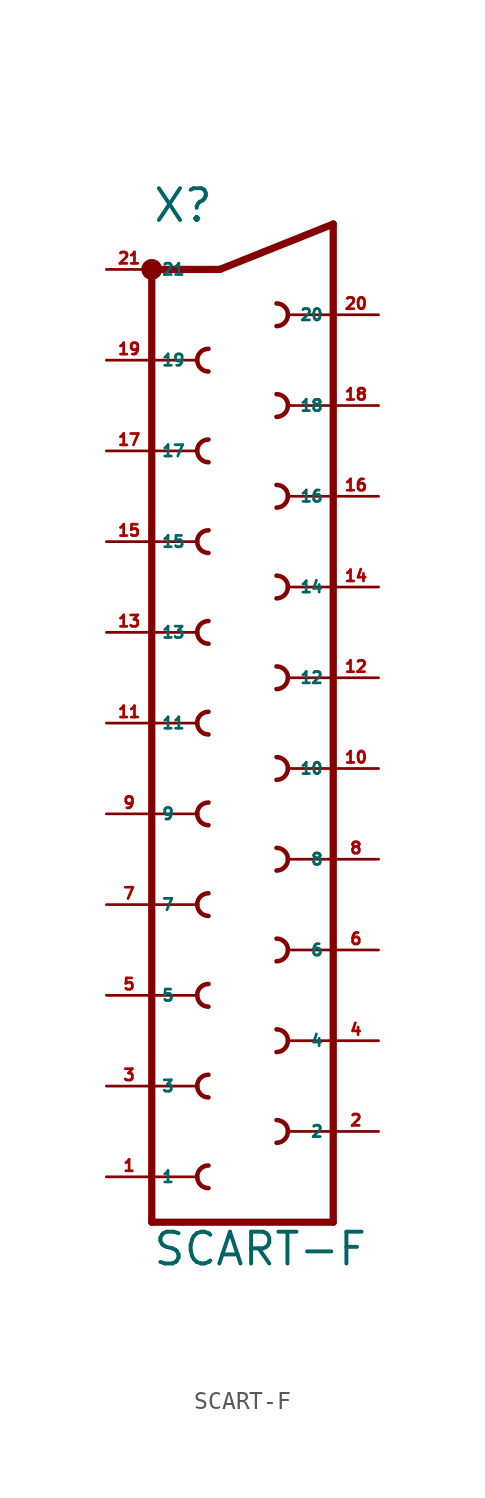
<source format=kicad_sym>
(kicad_symbol_lib
  (version 20220914)
  (generator Eagle2Kicad)
  (symbol "SCART-F"
    (property "Reference" "X"
      (at -5.08 27.94 0)
      (effects (font (size 1.778 1.778) (thickness 0.22)) (justify left bottom)))
    (property "Value" "SCART-F"
      (at -5.08 -30.48 0)
      (effects (font (size 1.778 1.778) (thickness 0.22)) (justify left bottom)))
    (arc
      (start -2.54 -25.4)
      (mid -2.354 -25.849)
      (end -1.905 -26.035)
      (stroke (width 0.254) (type default))
      (fill (type none)))
    (arc
      (start -1.905 -24.765)
      (mid -2.354 -24.951)
      (end -2.54 -25.4)
      (stroke (width 0.254) (type default))
      (fill (type none)))
    (arc
      (start 2.54 -17.78)
      (mid 2.354 -17.331)
      (end 1.905 -17.145)
      (stroke (width 0.254) (type default))
      (fill (type none)))
    (arc
      (start 1.905 -18.415)
      (mid 2.354 -18.229)
      (end 2.54 -17.78)
      (stroke (width 0.254) (type default))
      (fill (type none)))
    (arc
      (start 2.54 -22.86)
      (mid 2.354 -22.411)
      (end 1.905 -22.225)
      (stroke (width 0.254) (type default))
      (fill (type none)))
    (arc
      (start 1.905 -23.495)
      (mid 2.354 -23.309)
      (end 2.54 -22.86)
      (stroke (width 0.254) (type default))
      (fill (type none)))
    (arc
      (start -2.54 -15.24)
      (mid -2.354 -15.689)
      (end -1.905 -15.875)
      (stroke (width 0.254) (type default))
      (fill (type none)))
    (arc
      (start -1.905 -14.605)
      (mid -2.354 -14.791)
      (end -2.54 -15.24)
      (stroke (width 0.254) (type default))
      (fill (type none)))
    (polyline
      (pts (xy -5.08 -27.94) (xy 5.08 -27.94))
      (stroke (width 0.406) (type default))
      (fill (type none)))
    (polyline
      (pts (xy -5.08 -27.94) (xy -5.08 -25.4))
      (stroke (width 0.406) (type default))
      (fill (type none)))
    (polyline
      (pts (xy -5.08 -25.4) (xy -5.08 -20.32))
      (stroke (width 0.406) (type default))
      (fill (type none)))
    (polyline
      (pts (xy -5.08 -20.32) (xy -5.08 -15.24))
      (stroke (width 0.406) (type default))
      (fill (type none)))
    (polyline
      (pts (xy -5.08 -15.24) (xy -5.08 -10.16))
      (stroke (width 0.406) (type default))
      (fill (type none)))
    (polyline
      (pts (xy -5.08 -10.16) (xy -5.08 -5.08))
      (stroke (width 0.406) (type default))
      (fill (type none)))
    (polyline
      (pts (xy -5.08 -5.08) (xy -5.08 0))
      (stroke (width 0.406) (type default))
      (fill (type none)))
    (polyline
      (pts (xy -5.08 0) (xy -5.08 5.08))
      (stroke (width 0.406) (type default))
      (fill (type none)))
    (polyline
      (pts (xy -5.08 5.08) (xy -5.08 10.16))
      (stroke (width 0.406) (type default))
      (fill (type none)))
    (polyline
      (pts (xy -5.08 10.16) (xy -5.08 15.24))
      (stroke (width 0.406) (type default))
      (fill (type none)))
    (polyline
      (pts (xy -5.08 15.24) (xy -5.08 20.32))
      (stroke (width 0.406) (type default))
      (fill (type none)))
    (polyline
      (pts (xy -5.08 20.32) (xy -5.08 25.4))
      (stroke (width 0.406) (type default))
      (fill (type none)))
    (polyline
      (pts (xy -5.08 25.4) (xy -1.27 25.4))
      (stroke (width 0.406) (type default))
      (fill (type none)))
    (polyline
      (pts (xy -1.27 25.4) (xy 5.08 27.94))
      (stroke (width 0.406) (type default))
      (fill (type none)))
    (polyline
      (pts (xy 5.08 -27.94) (xy 5.08 -22.86))
      (stroke (width 0.406) (type default))
      (fill (type none)))
    (polyline
      (pts (xy 5.08 -22.86) (xy 5.08 -17.78))
      (stroke (width 0.406) (type default))
      (fill (type none)))
    (polyline
      (pts (xy 5.08 -17.78) (xy 5.08 -12.7))
      (stroke (width 0.406) (type default))
      (fill (type none)))
    (polyline
      (pts (xy 5.08 -12.7) (xy 5.08 -7.62))
      (stroke (width 0.406) (type default))
      (fill (type none)))
    (polyline
      (pts (xy 5.08 -7.62) (xy 5.08 -2.54))
      (stroke (width 0.406) (type default))
      (fill (type none)))
    (polyline
      (pts (xy 5.08 -2.54) (xy 5.08 2.54))
      (stroke (width 0.406) (type default))
      (fill (type none)))
    (polyline
      (pts (xy 5.08 2.54) (xy 5.08 7.62))
      (stroke (width 0.406) (type default))
      (fill (type none)))
    (polyline
      (pts (xy 5.08 7.62) (xy 5.08 12.7))
      (stroke (width 0.406) (type default))
      (fill (type none)))
    (polyline
      (pts (xy 5.08 12.7) (xy 5.08 17.78))
      (stroke (width 0.406) (type default))
      (fill (type none)))
    (polyline
      (pts (xy 5.08 17.78) (xy 5.08 22.86))
      (stroke (width 0.406) (type default))
      (fill (type none)))
    (polyline
      (pts (xy 5.08 22.86) (xy 5.08 27.94))
      (stroke (width 0.406) (type default))
      (fill (type none)))
    (arc
      (start -2.54 -20.32)
      (mid -2.354 -20.769)
      (end -1.905 -20.955)
      (stroke (width 0.254) (type default))
      (fill (type none)))
    (arc
      (start -1.905 -19.685)
      (mid -2.354 -19.871)
      (end -2.54 -20.32)
      (stroke (width 0.254) (type default))
      (fill (type none)))
    (arc
      (start 2.54 -12.7)
      (mid 2.354 -12.251)
      (end 1.905 -12.065)
      (stroke (width 0.254) (type default))
      (fill (type none)))
    (arc
      (start 1.905 -13.335)
      (mid 2.354 -13.149)
      (end 2.54 -12.7)
      (stroke (width 0.254) (type default))
      (fill (type none)))
    (arc
      (start -2.54 -10.16)
      (mid -2.354 -10.609)
      (end -1.905 -10.795)
      (stroke (width 0.254) (type default))
      (fill (type none)))
    (arc
      (start -1.905 -9.525)
      (mid -2.354 -9.711)
      (end -2.54 -10.16)
      (stroke (width 0.254) (type default))
      (fill (type none)))
    (arc
      (start 2.54 -7.62)
      (mid 2.354 -7.171)
      (end 1.905 -6.985)
      (stroke (width 0.254) (type default))
      (fill (type none)))
    (arc
      (start 1.905 -8.255)
      (mid 2.354 -8.069)
      (end 2.54 -7.62)
      (stroke (width 0.254) (type default))
      (fill (type none)))
    (arc
      (start -2.54 -5.08)
      (mid -2.354 -5.529)
      (end -1.905 -5.715)
      (stroke (width 0.254) (type default))
      (fill (type none)))
    (arc
      (start -1.905 -4.445)
      (mid -2.354 -4.631)
      (end -2.54 -5.08)
      (stroke (width 0.254) (type default))
      (fill (type none)))
    (arc
      (start 2.54 -2.54)
      (mid 2.354 -2.091)
      (end 1.905 -1.905)
      (stroke (width 0.254) (type default))
      (fill (type none)))
    (arc
      (start 1.905 -3.175)
      (mid 2.354 -2.989)
      (end 2.54 -2.54)
      (stroke (width 0.254) (type default))
      (fill (type none)))
    (arc
      (start -2.54 0)
      (mid -2.354 -0.449)
      (end -1.905 -0.635)
      (stroke (width 0.254) (type default))
      (fill (type none)))
    (arc
      (start -1.905 0.635)
      (mid -2.354 0.449)
      (end -2.54 0)
      (stroke (width 0.254) (type default))
      (fill (type none)))
    (arc
      (start 2.54 2.54)
      (mid 2.354 2.989)
      (end 1.905 3.175)
      (stroke (width 0.254) (type default))
      (fill (type none)))
    (arc
      (start 1.905 1.905)
      (mid 2.354 2.091)
      (end 2.54 2.54)
      (stroke (width 0.254) (type default))
      (fill (type none)))
    (arc
      (start -2.54 5.08)
      (mid -2.354 4.631)
      (end -1.905 4.445)
      (stroke (width 0.254) (type default))
      (fill (type none)))
    (arc
      (start -1.905 5.715)
      (mid -2.354 5.529)
      (end -2.54 5.08)
      (stroke (width 0.254) (type default))
      (fill (type none)))
    (arc
      (start 2.54 7.62)
      (mid 2.354 8.069)
      (end 1.905 8.255)
      (stroke (width 0.254) (type default))
      (fill (type none)))
    (arc
      (start 1.905 6.985)
      (mid 2.354 7.171)
      (end 2.54 7.62)
      (stroke (width 0.254) (type default))
      (fill (type none)))
    (arc
      (start -2.54 10.16)
      (mid -2.354 9.711)
      (end -1.905 9.525)
      (stroke (width 0.254) (type default))
      (fill (type none)))
    (arc
      (start -1.905 10.795)
      (mid -2.354 10.609)
      (end -2.54 10.16)
      (stroke (width 0.254) (type default))
      (fill (type none)))
    (arc
      (start 2.54 12.7)
      (mid 2.354 13.149)
      (end 1.905 13.335)
      (stroke (width 0.254) (type default))
      (fill (type none)))
    (arc
      (start 1.905 12.065)
      (mid 2.354 12.251)
      (end 2.54 12.7)
      (stroke (width 0.254) (type default))
      (fill (type none)))
    (arc
      (start -2.54 15.24)
      (mid -2.354 14.791)
      (end -1.905 14.605)
      (stroke (width 0.254) (type default))
      (fill (type none)))
    (arc
      (start -1.905 15.875)
      (mid -2.354 15.689)
      (end -2.54 15.24)
      (stroke (width 0.254) (type default))
      (fill (type none)))
    (arc
      (start 2.54 17.78)
      (mid 2.354 18.229)
      (end 1.905 18.415)
      (stroke (width 0.254) (type default))
      (fill (type none)))
    (arc
      (start 1.905 17.145)
      (mid 2.354 17.331)
      (end 2.54 17.78)
      (stroke (width 0.254) (type default))
      (fill (type none)))
    (arc
      (start -2.54 20.32)
      (mid -2.354 19.871)
      (end -1.905 19.685)
      (stroke (width 0.254) (type default))
      (fill (type none)))
    (arc
      (start -1.905 20.955)
      (mid -2.354 20.769)
      (end -2.54 20.32)
      (stroke (width 0.254) (type default))
      (fill (type none)))
    (arc
      (start 2.54 22.86)
      (mid 2.354 23.309)
      (end 1.905 23.495)
      (stroke (width 0.254) (type default))
      (fill (type none)))
    (arc
      (start 1.905 22.225)
      (mid 2.354 22.411)
      (end 2.54 22.86)
      (stroke (width 0.254) (type default))
      (fill (type none)))
    (polyline
      (pts (xy -5.08 -25.4) (xy -2.54 -25.4))
      (stroke (width 0.152) (type default))
      (fill (type none)))
    (polyline
      (pts (xy 2.54 -22.86) (xy 5.08 -22.86))
      (stroke (width 0.152) (type default))
      (fill (type none)))
    (polyline
      (pts (xy -5.08 -20.32) (xy -2.54 -20.32))
      (stroke (width 0.152) (type default))
      (fill (type none)))
    (polyline
      (pts (xy -5.08 -15.24) (xy -2.54 -15.24))
      (stroke (width 0.152) (type default))
      (fill (type none)))
    (polyline
      (pts (xy -5.08 -10.16) (xy -2.54 -10.16))
      (stroke (width 0.152) (type default))
      (fill (type none)))
    (polyline
      (pts (xy 2.54 -17.78) (xy 5.08 -17.78))
      (stroke (width 0.152) (type default))
      (fill (type none)))
    (polyline
      (pts (xy 2.54 -12.7) (xy 5.08 -12.7))
      (stroke (width 0.152) (type default))
      (fill (type none)))
    (polyline
      (pts (xy 2.54 -7.62) (xy 5.08 -7.62))
      (stroke (width 0.152) (type default))
      (fill (type none)))
    (polyline
      (pts (xy 2.54 -2.54) (xy 5.08 -2.54))
      (stroke (width 0.152) (type default))
      (fill (type none)))
    (polyline
      (pts (xy -5.08 -5.08) (xy -2.54 -5.08))
      (stroke (width 0.152) (type default))
      (fill (type none)))
    (polyline
      (pts (xy -5.08 0) (xy -2.54 0))
      (stroke (width 0.152) (type default))
      (fill (type none)))
    (polyline
      (pts (xy 2.54 2.54) (xy 5.08 2.54))
      (stroke (width 0.152) (type default))
      (fill (type none)))
    (polyline
      (pts (xy 2.54 7.62) (xy 5.08 7.62))
      (stroke (width 0.152) (type default))
      (fill (type none)))
    (polyline
      (pts (xy -5.08 5.08) (xy -2.54 5.08))
      (stroke (width 0.152) (type default))
      (fill (type none)))
    (polyline
      (pts (xy -5.08 10.16) (xy -2.54 10.16))
      (stroke (width 0.152) (type default))
      (fill (type none)))
    (polyline
      (pts (xy -5.08 15.24) (xy -2.54 15.24))
      (stroke (width 0.152) (type default))
      (fill (type none)))
    (polyline
      (pts (xy 2.54 12.7) (xy 5.08 12.7))
      (stroke (width 0.152) (type default))
      (fill (type none)))
    (polyline
      (pts (xy 2.54 17.78) (xy 5.08 17.78))
      (stroke (width 0.152) (type default))
      (fill (type none)))
    (polyline
      (pts (xy 2.54 22.86) (xy 5.08 22.86))
      (stroke (width 0.152) (type default))
      (fill (type none)))
    (polyline
      (pts (xy -5.08 20.32) (xy -2.54 20.32))
      (stroke (width 0.152) (type default))
      (fill (type none)))
    (circle
      (center -5.08 25.4)
      (radius 0.381)
      (stroke (width 0.406) (type default))
      (fill (type none)))
    (pin passive line
      (at -7.62 -25.4 0)
      (length 2.54)
      (name "1" (effects (font (size 0.635 0.635) (thickness 0.08)) (justify left bottom)))
      (number "1" (effects (font (size 0.635 0.635) (thickness 0.08)) (justify left bottom))))
    (pin passive line
      (at 7.62 -22.86 180)
      (length 2.54)
      (name "2" (effects (font (size 0.635 0.635) (thickness 0.08)) (justify left bottom)))
      (number "2" (effects (font (size 0.635 0.635) (thickness 0.08)) (justify left bottom))))
    (pin passive line
      (at -7.62 -20.32 0)
      (length 2.54)
      (name "3" (effects (font (size 0.635 0.635) (thickness 0.08)) (justify left bottom)))
      (number "3" (effects (font (size 0.635 0.635) (thickness 0.08)) (justify left bottom))))
    (pin passive line
      (at 7.62 -17.78 180)
      (length 2.54)
      (name "4" (effects (font (size 0.635 0.635) (thickness 0.08)) (justify left bottom)))
      (number "4" (effects (font (size 0.635 0.635) (thickness 0.08)) (justify left bottom))))
    (pin passive line
      (at -7.62 -15.24 0)
      (length 2.54)
      (name "5" (effects (font (size 0.635 0.635) (thickness 0.08)) (justify left bottom)))
      (number "5" (effects (font (size 0.635 0.635) (thickness 0.08)) (justify left bottom))))
    (pin passive line
      (at 7.62 -12.7 180)
      (length 2.54)
      (name "6" (effects (font (size 0.635 0.635) (thickness 0.08)) (justify left bottom)))
      (number "6" (effects (font (size 0.635 0.635) (thickness 0.08)) (justify left bottom))))
    (pin passive line
      (at -7.62 -10.16 0)
      (length 2.54)
      (name "7" (effects (font (size 0.635 0.635) (thickness 0.08)) (justify left bottom)))
      (number "7" (effects (font (size 0.635 0.635) (thickness 0.08)) (justify left bottom))))
    (pin passive line
      (at 7.62 -7.62 180)
      (length 2.54)
      (name "8" (effects (font (size 0.635 0.635) (thickness 0.08)) (justify left bottom)))
      (number "8" (effects (font (size 0.635 0.635) (thickness 0.08)) (justify left bottom))))
    (pin passive line
      (at -7.62 -5.08 0)
      (length 2.54)
      (name "9" (effects (font (size 0.635 0.635) (thickness 0.08)) (justify left bottom)))
      (number "9" (effects (font (size 0.635 0.635) (thickness 0.08)) (justify left bottom))))
    (pin passive line
      (at 7.62 -2.54 180)
      (length 2.54)
      (name "10" (effects (font (size 0.635 0.635) (thickness 0.08)) (justify left bottom)))
      (number "10" (effects (font (size 0.635 0.635) (thickness 0.08)) (justify left bottom))))
    (pin passive line
      (at -7.62 0 0)
      (length 2.54)
      (name "11" (effects (font (size 0.635 0.635) (thickness 0.08)) (justify left bottom)))
      (number "11" (effects (font (size 0.635 0.635) (thickness 0.08)) (justify left bottom))))
    (pin passive line
      (at 7.62 2.54 180)
      (length 2.54)
      (name "12" (effects (font (size 0.635 0.635) (thickness 0.08)) (justify left bottom)))
      (number "12" (effects (font (size 0.635 0.635) (thickness 0.08)) (justify left bottom))))
    (pin passive line
      (at -7.62 5.08 0)
      (length 2.54)
      (name "13" (effects (font (size 0.635 0.635) (thickness 0.08)) (justify left bottom)))
      (number "13" (effects (font (size 0.635 0.635) (thickness 0.08)) (justify left bottom))))
    (pin passive line
      (at 7.62 7.62 180)
      (length 2.54)
      (name "14" (effects (font (size 0.635 0.635) (thickness 0.08)) (justify left bottom)))
      (number "14" (effects (font (size 0.635 0.635) (thickness 0.08)) (justify left bottom))))
    (pin passive line
      (at -7.62 10.16 0)
      (length 2.54)
      (name "15" (effects (font (size 0.635 0.635) (thickness 0.08)) (justify left bottom)))
      (number "15" (effects (font (size 0.635 0.635) (thickness 0.08)) (justify left bottom))))
    (pin passive line
      (at 7.62 12.7 180)
      (length 2.54)
      (name "16" (effects (font (size 0.635 0.635) (thickness 0.08)) (justify left bottom)))
      (number "16" (effects (font (size 0.635 0.635) (thickness 0.08)) (justify left bottom))))
    (pin passive line
      (at -7.62 15.24 0)
      (length 2.54)
      (name "17" (effects (font (size 0.635 0.635) (thickness 0.08)) (justify left bottom)))
      (number "17" (effects (font (size 0.635 0.635) (thickness 0.08)) (justify left bottom))))
    (pin passive line
      (at 7.62 17.78 180)
      (length 2.54)
      (name "18" (effects (font (size 0.635 0.635) (thickness 0.08)) (justify left bottom)))
      (number "18" (effects (font (size 0.635 0.635) (thickness 0.08)) (justify left bottom))))
    (pin passive line
      (at -7.62 20.32 0)
      (length 2.54)
      (name "19" (effects (font (size 0.635 0.635) (thickness 0.08)) (justify left bottom)))
      (number "19" (effects (font (size 0.635 0.635) (thickness 0.08)) (justify left bottom))))
    (pin passive line
      (at 7.62 22.86 180)
      (length 2.54)
      (name "20" (effects (font (size 0.635 0.635) (thickness 0.08)) (justify left bottom)))
      (number "20" (effects (font (size 0.635 0.635) (thickness 0.08)) (justify left bottom))))
    (pin passive line
      (at -7.62 25.4 0)
      (length 2.54)
      (name "21" (effects (font (size 0.635 0.635) (thickness 0.08)) (justify left bottom)))
      (number "21" (effects (font (size 0.635 0.635) (thickness 0.08)) (justify left bottom))))))
</source>
